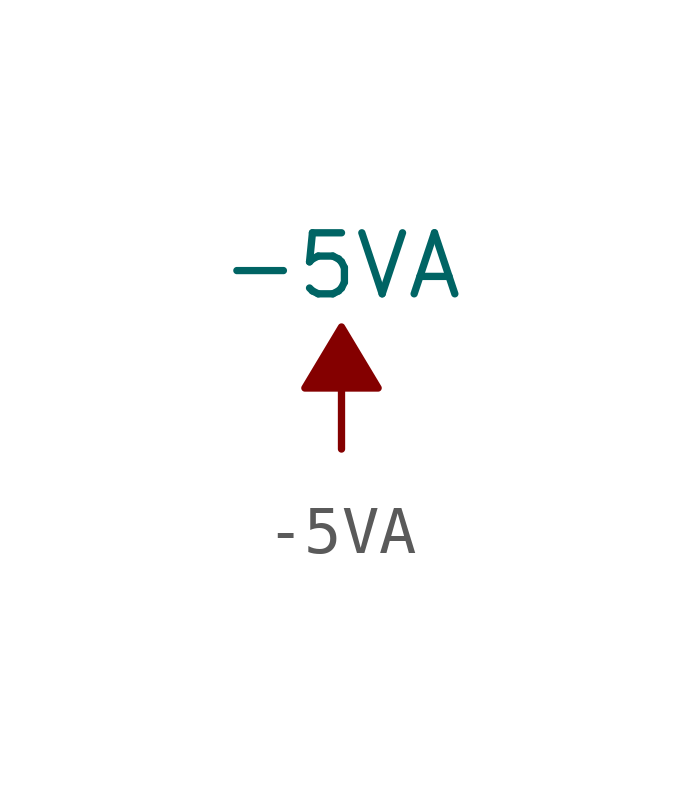
<source format=kicad_sym>
(kicad_symbol_lib
  (version 20211014)
  (generator kicad_symbol_editor)
  (symbol "power1:-5VA"
    (power)
    (pin_names
      (offset 0))
    (property "Reference" "#PWR"
      (at 0 2.54 0)
      (effects (font (size 1.27 1.27)) hide))
    (property "Value" "-5VA"
      (at 0 3.81 0)
      (effects (font (size 1.27 1.27))))
    (symbol "-5VA_0_0"
      (pin power_in line (at 0 0 90) (length 0) hide (name "-5VA" (effects (font (size 1.27 1.27)))) (number "1" (effects (font (size 1.27 1.27))))))
    (symbol "-5VA_0_1"
      (polyline (pts (xy 0 0) (xy 0 1.27) (xy 0.762 1.27) (xy 0 2.54) (xy -0.762 1.27) (xy 0 1.27)) (stroke (width 0) (type default) (color 0 0 0 0)) (fill (type outline))))))
</source>
